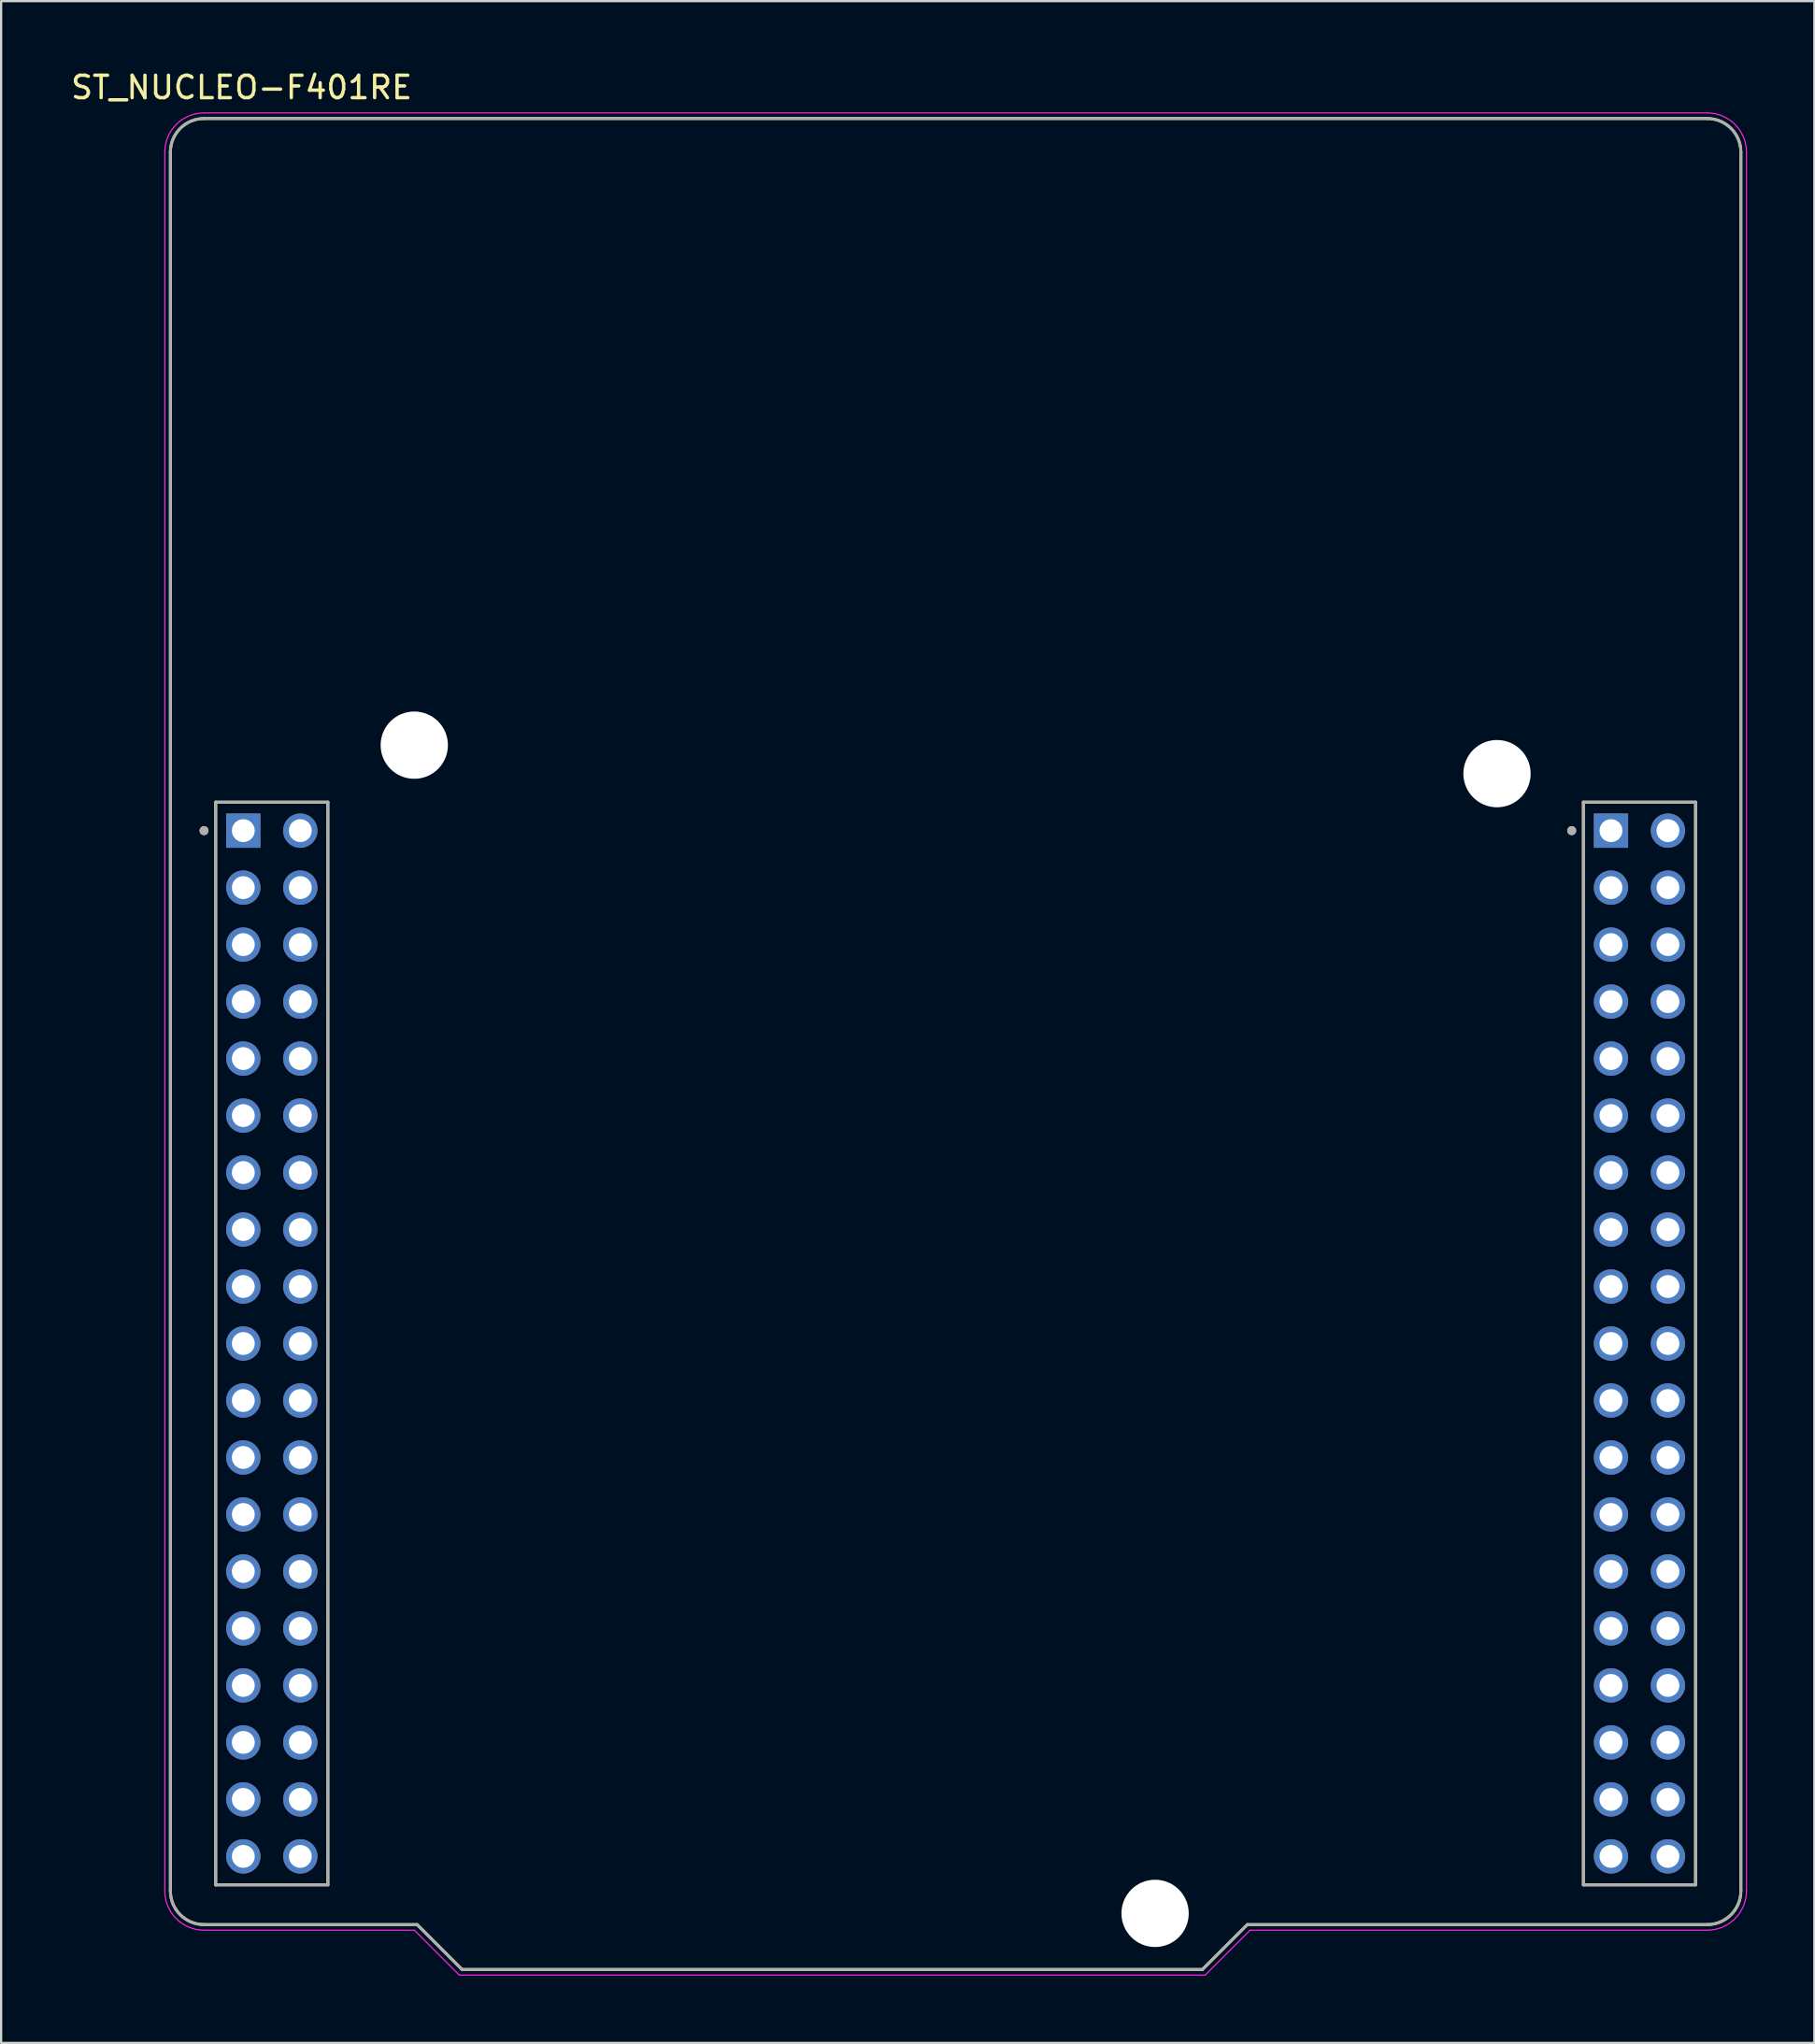
<source format=kicad_pcb>
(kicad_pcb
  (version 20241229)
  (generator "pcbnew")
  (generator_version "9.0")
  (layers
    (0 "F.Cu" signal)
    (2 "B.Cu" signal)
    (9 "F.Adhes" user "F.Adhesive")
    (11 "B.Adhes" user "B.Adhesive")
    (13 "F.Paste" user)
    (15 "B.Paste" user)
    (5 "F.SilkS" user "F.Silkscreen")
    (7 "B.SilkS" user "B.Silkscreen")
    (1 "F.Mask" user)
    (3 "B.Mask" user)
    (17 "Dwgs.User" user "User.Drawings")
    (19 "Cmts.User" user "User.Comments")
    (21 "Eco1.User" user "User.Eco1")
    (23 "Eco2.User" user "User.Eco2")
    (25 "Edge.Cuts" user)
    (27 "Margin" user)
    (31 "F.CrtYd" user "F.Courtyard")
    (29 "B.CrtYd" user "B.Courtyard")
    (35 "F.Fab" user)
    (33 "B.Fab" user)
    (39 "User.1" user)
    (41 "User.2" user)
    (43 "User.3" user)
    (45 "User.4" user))
  (footprint "ST_NUCLEO-F401RE"
    (layer "F.Cu")
    (at 39.545 43.483)
    (property "Reference" "ST_NUCLEO-F401RE" (at -31.825 -42.635 0) (layer "F.SilkS") (effects (font (size 1 1) (thickness 0.15))))
    (attr through_hole)
    (fp_line (start -35 37.75) (end -35 -39.75) (stroke (width 0.127) (type solid)) (layer "F.SilkS"))
    (fp_line (start -33.5 -41.25) (end 33.5 -41.25) (stroke (width 0.127) (type solid)) (layer "F.SilkS"))
    (fp_line (start -32.98 -10.78) (end -32.98 37.48) (stroke (width 0.127) (type solid)) (layer "F.SilkS"))
    (fp_line (start -32.98 37.48) (end -27.98 37.48) (stroke (width 0.127) (type solid)) (layer "F.SilkS"))
    (fp_line (start -27.98 -10.78) (end -32.98 -10.78) (stroke (width 0.127) (type solid)) (layer "F.SilkS"))
    (fp_line (start -27.98 37.48) (end -27.98 -10.78) (stroke (width 0.127) (type solid)) (layer "F.SilkS"))
    (fp_line (start -24 39.25) (end -33.5 39.25) (stroke (width 0.127) (type solid)) (layer "F.SilkS"))
    (fp_line (start -22 41.25) (end -24 39.25) (stroke (width 0.127) (type solid)) (layer "F.SilkS"))
    (fp_line (start 11 41.25) (end -22 41.25) (stroke (width 0.127) (type solid)) (layer "F.SilkS"))
    (fp_line (start 13 39.25) (end 11 41.25) (stroke (width 0.127) (type solid)) (layer "F.SilkS"))
    (fp_line (start 27.98 -10.78) (end 27.98 37.48) (stroke (width 0.127) (type solid)) (layer "F.SilkS"))
    (fp_line (start 27.98 37.48) (end 32.98 37.48) (stroke (width 0.127) (type solid)) (layer "F.SilkS"))
    (fp_line (start 32.98 -10.78) (end 27.98 -10.78) (stroke (width 0.127) (type solid)) (layer "F.SilkS"))
    (fp_line (start 32.98 37.48) (end 32.98 -10.78) (stroke (width 0.127) (type solid)) (layer "F.SilkS"))
    (fp_line (start 33.5 39.25) (end 13 39.25) (stroke (width 0.127) (type solid)) (layer "F.SilkS"))
    (fp_line (start 35 -39.75) (end 35 37.75) (stroke (width 0.127) (type solid)) (layer "F.SilkS"))
    (fp_arc (start -35 -39.75) (mid -34.56066 -40.81066) (end -33.5 -41.25) (stroke (width 0.127) (type solid)) (layer "F.SilkS"))
    (fp_arc (start -33.5 39.25) (mid -34.56066 38.81066) (end -35 37.75) (stroke (width 0.127) (type solid)) (layer "F.SilkS"))
    (fp_arc (start 33.5 -41.25) (mid 34.56066 -40.81066) (end 35 -39.75) (stroke (width 0.127) (type solid)) (layer "F.SilkS"))
    (fp_arc (start 35 37.75) (mid 34.56066 38.81066) (end 33.5 39.25) (stroke (width 0.127) (type solid)) (layer "F.SilkS"))
    (fp_circle (center -33.5 -9.51) (end -33.4 -9.51) (stroke (width 0.2) (type solid)) (fill no) (layer "F.SilkS"))
    (fp_circle (center 27.46 -9.51) (end 27.56 -9.51) (stroke (width 0.2) (type solid)) (fill no) (layer "F.SilkS"))
    (fp_line (start -35.25 37.75) (end -35.25 -39.75) (stroke (width 0.05) (type solid)) (layer "F.CrtYd"))
    (fp_line (start -33.5 -41.5) (end 33.5 -41.5) (stroke (width 0.05) (type solid)) (layer "F.CrtYd"))
    (fp_line (start -24.125 39.5) (end -33.5 39.5) (stroke (width 0.05) (type solid)) (layer "F.CrtYd"))
    (fp_line (start -22.125 41.5) (end -24.125 39.5) (stroke (width 0.05) (type solid)) (layer "F.CrtYd"))
    (fp_line (start 11.125 41.5) (end -22.125 41.5) (stroke (width 0.05) (type solid)) (layer "F.CrtYd"))
    (fp_line (start 13.125 39.5) (end 11.125 41.5) (stroke (width 0.05) (type solid)) (layer "F.CrtYd"))
    (fp_line (start 33.5 39.5) (end 13.125 39.5) (stroke (width 0.05) (type solid)) (layer "F.CrtYd"))
    (fp_line (start 35.25 -39.75) (end 35.25 37.75) (stroke (width 0.05) (type solid)) (layer "F.CrtYd"))
    (fp_arc (start -35.25 -39.75) (mid -34.737437 -40.987437) (end -33.5 -41.5) (stroke (width 0.05) (type solid)) (layer "F.CrtYd"))
    (fp_arc (start -33.5 39.5) (mid -34.737437 38.987437) (end -35.25 37.75) (stroke (width 0.05) (type solid)) (layer "F.CrtYd"))
    (fp_arc (start 33.5 -41.5) (mid 34.737437 -40.987437) (end 35.25 -39.75) (stroke (width 0.05) (type solid)) (layer "F.CrtYd"))
    (fp_arc (start 35.25 37.75) (mid 34.737437 38.987437) (end 33.5 39.5) (stroke (width 0.05) (type solid)) (layer "F.CrtYd"))
    (fp_line (start -35 37.75) (end -35 -39.75) (stroke (width 0.127) (type solid)) (layer "F.Fab"))
    (fp_line (start -33.5 -41.25) (end 33.5 -41.25) (stroke (width 0.127) (type solid)) (layer "F.Fab"))
    (fp_line (start -32.98 -10.78) (end -32.98 37.48) (stroke (width 0.127) (type solid)) (layer "F.Fab"))
    (fp_line (start -32.98 37.48) (end -27.98 37.48) (stroke (width 0.127) (type solid)) (layer "F.Fab"))
    (fp_line (start -27.98 -10.78) (end -32.98 -10.78) (stroke (width 0.127) (type solid)) (layer "F.Fab"))
    (fp_line (start -27.98 37.48) (end -27.98 -10.78) (stroke (width 0.127) (type solid)) (layer "F.Fab"))
    (fp_line (start -24 39.25) (end -33.5 39.25) (stroke (width 0.127) (type solid)) (layer "F.Fab"))
    (fp_line (start -22 41.25) (end -24 39.25) (stroke (width 0.127) (type solid)) (layer "F.Fab"))
    (fp_line (start 11 41.25) (end -22 41.25) (stroke (width 0.127) (type solid)) (layer "F.Fab"))
    (fp_line (start 13 39.25) (end 11 41.25) (stroke (width 0.127) (type solid)) (layer "F.Fab"))
    (fp_line (start 27.98 -10.78) (end 27.98 37.48) (stroke (width 0.127) (type solid)) (layer "F.Fab"))
    (fp_line (start 27.98 37.48) (end 32.98 37.48) (stroke (width 0.127) (type solid)) (layer "F.Fab"))
    (fp_line (start 32.98 -10.78) (end 27.98 -10.78) (stroke (width 0.127) (type solid)) (layer "F.Fab"))
    (fp_line (start 32.98 37.48) (end 32.98 -10.78) (stroke (width 0.127) (type solid)) (layer "F.Fab"))
    (fp_line (start 33.5 39.25) (end 13 39.25) (stroke (width 0.127) (type solid)) (layer "F.Fab"))
    (fp_line (start 35 -39.75) (end 35 37.75) (stroke (width 0.127) (type solid)) (layer "F.Fab"))
    (fp_arc (start -35 -39.75) (mid -34.56066 -40.81066) (end -33.5 -41.25) (stroke (width 0.127) (type solid)) (layer "F.Fab"))
    (fp_arc (start -33.5 39.25) (mid -34.56066 38.81066) (end -35 37.75) (stroke (width 0.127) (type solid)) (layer "F.Fab"))
    (fp_arc (start 33.5 -41.25) (mid 34.56066 -40.81066) (end 35 -39.75) (stroke (width 0.127) (type solid)) (layer "F.Fab"))
    (fp_arc (start 35 37.75) (mid 34.56066 38.81066) (end 33.5 39.25) (stroke (width 0.127) (type solid)) (layer "F.Fab"))
    (fp_circle (center -33.5 -9.51) (end -33.4 -9.51) (stroke (width 0.2) (type solid)) (fill no) (layer "F.Fab"))
    (fp_circle (center 27.46 -9.51) (end 27.56 -9.51) (stroke (width 0.2) (type solid)) (fill no) (layer "F.Fab"))
    (pad "" np_thru_hole circle (at -24.13 -13.32) (size 3 3) (drill 3) (layers "*.Cu" "*.Mask"))
    (pad "" np_thru_hole circle (at 8.89 38.75) (size 3 3) (drill 3) (layers "*.Cu" "*.Mask"))
    (pad "" np_thru_hole circle (at 24.13 -12.05) (size 3 3) (drill 3) (layers "*.Cu" "*.Mask"))
    (pad "CN7_1" thru_hole rect (at -31.75 -9.51) (size 1.53 1.53) (drill 1.02) (layers "*.Cu" "*.Mask"))
    (pad "CN7_2" thru_hole circle (at -29.21 -9.51) (size 1.53 1.53) (drill 1.02) (layers "*.Cu" "*.Mask"))
    (pad "CN7_3" thru_hole circle (at -31.75 -6.97) (size 1.53 1.53) (drill 1.02) (layers "*.Cu" "*.Mask"))
    (pad "CN7_4" thru_hole circle (at -29.21 -6.97) (size 1.53 1.53) (drill 1.02) (layers "*.Cu" "*.Mask"))
    (pad "CN7_5" thru_hole circle (at -31.75 -4.43) (size 1.53 1.53) (drill 1.02) (layers "*.Cu" "*.Mask"))
    (pad "CN7_6" thru_hole circle (at -29.21 -4.43) (size 1.53 1.53) (drill 1.02) (layers "*.Cu" "*.Mask"))
    (pad "CN7_7" thru_hole circle (at -31.75 -1.89) (size 1.53 1.53) (drill 1.02) (layers "*.Cu" "*.Mask"))
    (pad "CN7_8" thru_hole circle (at -29.21 -1.89) (size 1.53 1.53) (drill 1.02) (layers "*.Cu" "*.Mask"))
    (pad "CN7_9" thru_hole circle (at -31.75 0.65) (size 1.53 1.53) (drill 1.02) (layers "*.Cu" "*.Mask"))
    (pad "CN7_10" thru_hole circle (at -29.21 0.65) (size 1.53 1.53) (drill 1.02) (layers "*.Cu" "*.Mask"))
    (pad "CN7_11" thru_hole circle (at -31.75 3.19) (size 1.53 1.53) (drill 1.02) (layers "*.Cu" "*.Mask"))
    (pad "CN7_12" thru_hole circle (at -29.21 3.19) (size 1.53 1.53) (drill 1.02) (layers "*.Cu" "*.Mask"))
    (pad "CN7_13" thru_hole circle (at -31.75 5.73) (size 1.53 1.53) (drill 1.02) (layers "*.Cu" "*.Mask"))
    (pad "CN7_14" thru_hole circle (at -29.21 5.73) (size 1.53 1.53) (drill 1.02) (layers "*.Cu" "*.Mask"))
    (pad "CN7_15" thru_hole circle (at -31.75 8.27) (size 1.53 1.53) (drill 1.02) (layers "*.Cu" "*.Mask"))
    (pad "CN7_16" thru_hole circle (at -29.21 8.27) (size 1.53 1.53) (drill 1.02) (layers "*.Cu" "*.Mask"))
    (pad "CN7_17" thru_hole circle (at -31.75 10.81) (size 1.53 1.53) (drill 1.02) (layers "*.Cu" "*.Mask"))
    (pad "CN7_18" thru_hole circle (at -29.21 10.81) (size 1.53 1.53) (drill 1.02) (layers "*.Cu" "*.Mask"))
    (pad "CN7_19" thru_hole circle (at -31.75 13.35) (size 1.53 1.53) (drill 1.02) (layers "*.Cu" "*.Mask"))
    (pad "CN7_20" thru_hole circle (at -29.21 13.35) (size 1.53 1.53) (drill 1.02) (layers "*.Cu" "*.Mask"))
    (pad "CN7_21" thru_hole circle (at -31.75 15.89) (size 1.53 1.53) (drill 1.02) (layers "*.Cu" "*.Mask"))
    (pad "CN7_22" thru_hole circle (at -29.21 15.89) (size 1.53 1.53) (drill 1.02) (layers "*.Cu" "*.Mask"))
    (pad "CN7_23" thru_hole circle (at -31.75 18.43) (size 1.53 1.53) (drill 1.02) (layers "*.Cu" "*.Mask"))
    (pad "CN7_24" thru_hole circle (at -29.21 18.43) (size 1.53 1.53) (drill 1.02) (layers "*.Cu" "*.Mask"))
    (pad "CN7_25" thru_hole circle (at -31.75 20.97) (size 1.53 1.53) (drill 1.02) (layers "*.Cu" "*.Mask"))
    (pad "CN7_26" thru_hole circle (at -29.21 20.97) (size 1.53 1.53) (drill 1.02) (layers "*.Cu" "*.Mask"))
    (pad "CN7_27" thru_hole circle (at -31.75 23.51) (size 1.53 1.53) (drill 1.02) (layers "*.Cu" "*.Mask"))
    (pad "CN7_28" thru_hole circle (at -29.21 23.51) (size 1.53 1.53) (drill 1.02) (layers "*.Cu" "*.Mask"))
    (pad "CN7_29" thru_hole circle (at -31.75 26.05) (size 1.53 1.53) (drill 1.02) (layers "*.Cu" "*.Mask"))
    (pad "CN7_30" thru_hole circle (at -29.21 26.05) (size 1.53 1.53) (drill 1.02) (layers "*.Cu" "*.Mask"))
    (pad "CN7_31" thru_hole circle (at -31.75 28.59) (size 1.53 1.53) (drill 1.02) (layers "*.Cu" "*.Mask"))
    (pad "CN7_32" thru_hole circle (at -29.21 28.59) (size 1.53 1.53) (drill 1.02) (layers "*.Cu" "*.Mask"))
    (pad "CN7_33" thru_hole circle (at -31.75 31.13) (size 1.53 1.53) (drill 1.02) (layers "*.Cu" "*.Mask"))
    (pad "CN7_34" thru_hole circle (at -29.21 31.13) (size 1.53 1.53) (drill 1.02) (layers "*.Cu" "*.Mask"))
    (pad "CN7_35" thru_hole circle (at -31.75 33.67) (size 1.53 1.53) (drill 1.02) (layers "*.Cu" "*.Mask"))
    (pad "CN7_36" thru_hole circle (at -29.21 33.67) (size 1.53 1.53) (drill 1.02) (layers "*.Cu" "*.Mask"))
    (pad "CN7_37" thru_hole circle (at -31.75 36.21) (size 1.53 1.53) (drill 1.02) (layers "*.Cu" "*.Mask"))
    (pad "CN7_38" thru_hole circle (at -29.21 36.21) (size 1.53 1.53) (drill 1.02) (layers "*.Cu" "*.Mask"))
    (pad "CN10_1" thru_hole rect (at 29.21 -9.51) (size 1.53 1.53) (drill 1.02) (layers "*.Cu" "*.Mask"))
    (pad "CN10_2" thru_hole circle (at 31.75 -9.51) (size 1.53 1.53) (drill 1.02) (layers "*.Cu" "*.Mask"))
    (pad "CN10_3" thru_hole circle (at 29.21 -6.97) (size 1.53 1.53) (drill 1.02) (layers "*.Cu" "*.Mask"))
    (pad "CN10_4" thru_hole circle (at 31.75 -6.97) (size 1.53 1.53) (drill 1.02) (layers "*.Cu" "*.Mask"))
    (pad "CN10_5" thru_hole circle (at 29.21 -4.43) (size 1.53 1.53) (drill 1.02) (layers "*.Cu" "*.Mask"))
    (pad "CN10_6" thru_hole circle (at 31.75 -4.43) (size 1.53 1.53) (drill 1.02) (layers "*.Cu" "*.Mask"))
    (pad "CN10_7" thru_hole circle (at 29.21 -1.89) (size 1.53 1.53) (drill 1.02) (layers "*.Cu" "*.Mask"))
    (pad "CN10_8" thru_hole circle (at 31.75 -1.89) (size 1.53 1.53) (drill 1.02) (layers "*.Cu" "*.Mask"))
    (pad "CN10_9" thru_hole circle (at 29.21 0.65) (size 1.53 1.53) (drill 1.02) (layers "*.Cu" "*.Mask"))
    (pad "CN10_10" thru_hole circle (at 31.75 0.65) (size 1.53 1.53) (drill 1.02) (layers "*.Cu" "*.Mask"))
    (pad "CN10_11" thru_hole circle (at 29.21 3.19) (size 1.53 1.53) (drill 1.02) (layers "*.Cu" "*.Mask"))
    (pad "CN10_12" thru_hole circle (at 31.75 3.19) (size 1.53 1.53) (drill 1.02) (layers "*.Cu" "*.Mask"))
    (pad "CN10_13" thru_hole circle (at 29.21 5.73) (size 1.53 1.53) (drill 1.02) (layers "*.Cu" "*.Mask"))
    (pad "CN10_14" thru_hole circle (at 31.75 5.73) (size 1.53 1.53) (drill 1.02) (layers "*.Cu" "*.Mask"))
    (pad "CN10_15" thru_hole circle (at 29.21 8.27) (size 1.53 1.53) (drill 1.02) (layers "*.Cu" "*.Mask"))
    (pad "CN10_16" thru_hole circle (at 31.75 8.27) (size 1.53 1.53) (drill 1.02) (layers "*.Cu" "*.Mask"))
    (pad "CN10_17" thru_hole circle (at 29.21 10.81) (size 1.53 1.53) (drill 1.02) (layers "*.Cu" "*.Mask"))
    (pad "CN10_18" thru_hole circle (at 31.75 10.81) (size 1.53 1.53) (drill 1.02) (layers "*.Cu" "*.Mask"))
    (pad "CN10_19" thru_hole circle (at 29.21 13.35) (size 1.53 1.53) (drill 1.02) (layers "*.Cu" "*.Mask"))
    (pad "CN10_20" thru_hole circle (at 31.75 13.35) (size 1.53 1.53) (drill 1.02) (layers "*.Cu" "*.Mask"))
    (pad "CN10_21" thru_hole circle (at 29.21 15.89) (size 1.53 1.53) (drill 1.02) (layers "*.Cu" "*.Mask"))
    (pad "CN10_22" thru_hole circle (at 31.75 15.89) (size 1.53 1.53) (drill 1.02) (layers "*.Cu" "*.Mask"))
    (pad "CN10_23" thru_hole circle (at 29.21 18.43) (size 1.53 1.53) (drill 1.02) (layers "*.Cu" "*.Mask"))
    (pad "CN10_24" thru_hole circle (at 31.75 18.43) (size 1.53 1.53) (drill 1.02) (layers "*.Cu" "*.Mask"))
    (pad "CN10_25" thru_hole circle (at 29.21 20.97) (size 1.53 1.53) (drill 1.02) (layers "*.Cu" "*.Mask"))
    (pad "CN10_26" thru_hole circle (at 31.75 20.97) (size 1.53 1.53) (drill 1.02) (layers "*.Cu" "*.Mask"))
    (pad "CN10_27" thru_hole circle (at 29.21 23.51) (size 1.53 1.53) (drill 1.02) (layers "*.Cu" "*.Mask"))
    (pad "CN10_28" thru_hole circle (at 31.75 23.51) (size 1.53 1.53) (drill 1.02) (layers "*.Cu" "*.Mask"))
    (pad "CN10_29" thru_hole circle (at 29.21 26.05) (size 1.53 1.53) (drill 1.02) (layers "*.Cu" "*.Mask"))
    (pad "CN10_30" thru_hole circle (at 31.75 26.05) (size 1.53 1.53) (drill 1.02) (layers "*.Cu" "*.Mask"))
    (pad "CN10_31" thru_hole circle (at 29.21 28.59) (size 1.53 1.53) (drill 1.02) (layers "*.Cu" "*.Mask"))
    (pad "CN10_32" thru_hole circle (at 31.75 28.59) (size 1.53 1.53) (drill 1.02) (layers "*.Cu" "*.Mask"))
    (pad "CN10_33" thru_hole circle (at 29.21 31.13) (size 1.53 1.53) (drill 1.02) (layers "*.Cu" "*.Mask"))
    (pad "CN10_34" thru_hole circle (at 31.75 31.13) (size 1.53 1.53) (drill 1.02) (layers "*.Cu" "*.Mask"))
    (pad "CN10_35" thru_hole circle (at 29.21 33.67) (size 1.53 1.53) (drill 1.02) (layers "*.Cu" "*.Mask"))
    (pad "CN10_36" thru_hole circle (at 31.75 33.67) (size 1.53 1.53) (drill 1.02) (layers "*.Cu" "*.Mask"))
    (pad "CN10_37" thru_hole circle (at 29.21 36.21) (size 1.53 1.53) (drill 1.02) (layers "*.Cu" "*.Mask"))
    (pad "CN10_38" thru_hole circle (at 31.75 36.21) (size 1.53 1.53) (drill 1.02) (layers "*.Cu" "*.Mask")))
  (gr_rect
    (start -3 -3)
    (end 77.82 88.008)
    (stroke (width 0.1) (type default))
    (fill no)
    (layer "Edge.Cuts")))
</source>
